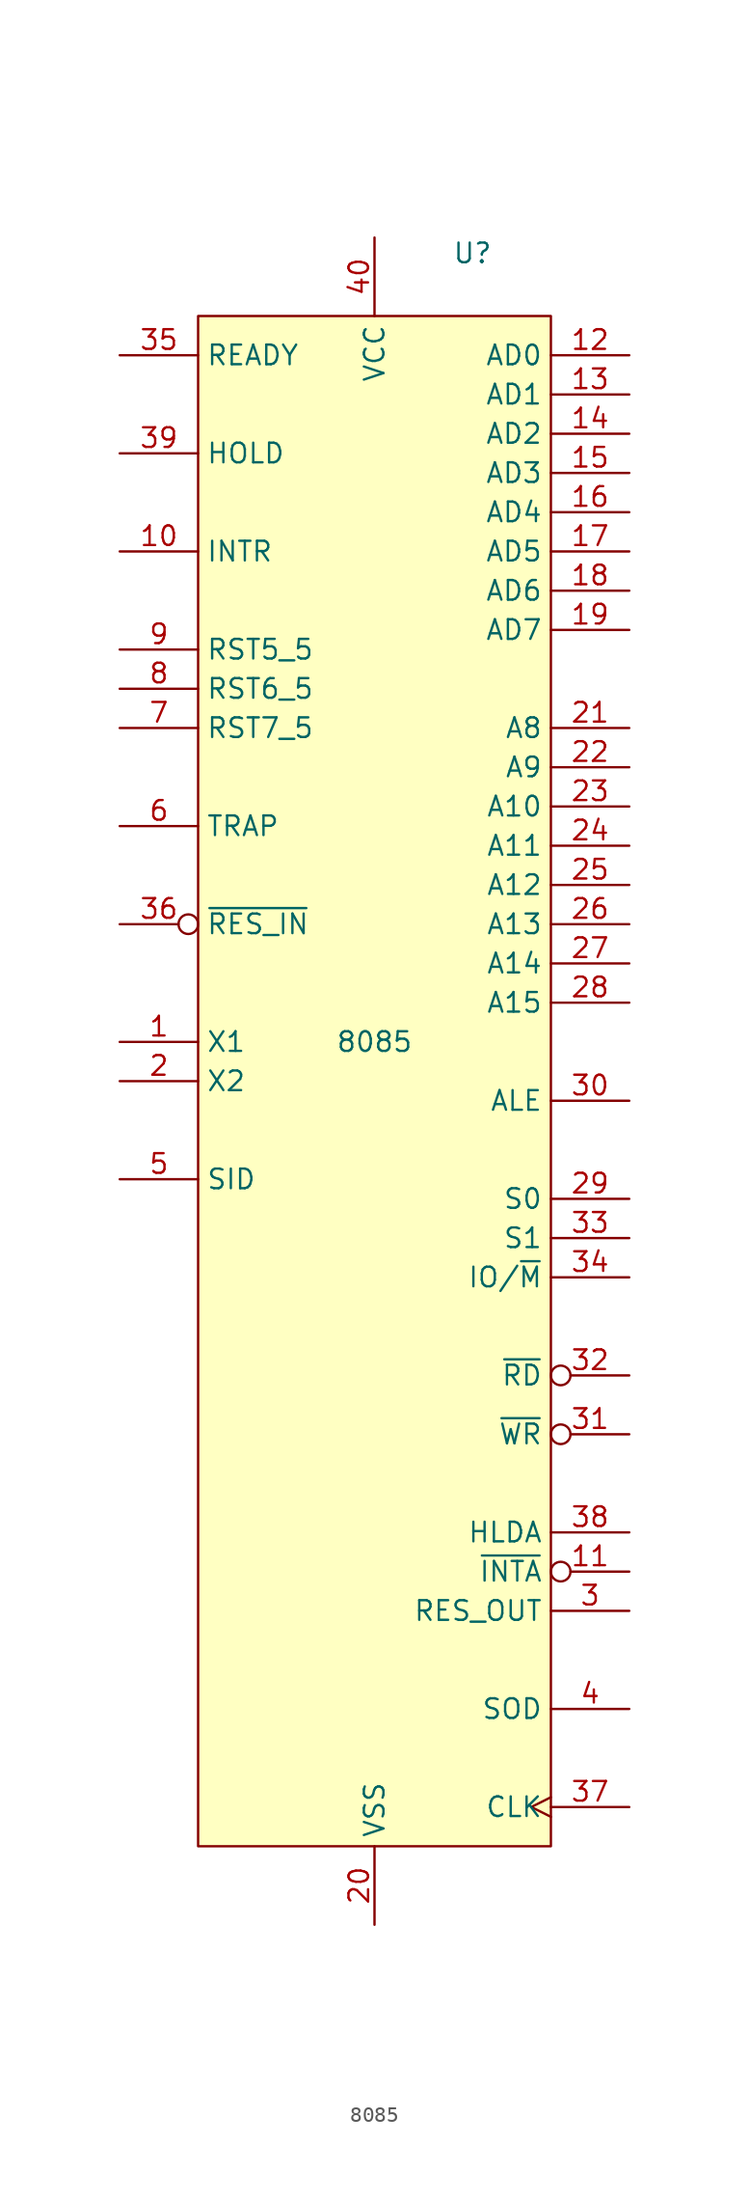
<source format=kicad_sym>
(kicad_symbol_lib
  (version 20231120)
  (generator "kicad_symbol_editor")
  (generator_version "8.0")
  (symbol "8085"
    (property "Reference" "U"
      (at 6.35 53.594 0)
      (effects (font (size 1.27 1.27))))
    (property "Value" "8085"
      (at 0 2.54 0)
      (effects (font (size 1.27 1.27))))
    (symbol "8085_0_1"
      (rectangle (start -11.43 49.53) (end 11.43 -49.53) (stroke (width 0) (type default)) (fill (type background))))
    (symbol "8085_1_1"
      (pin input line (at -16.51 2.54 0) (length 5.08) (name "X1" (effects (font (size 1.27 1.27)))) (number "1" (effects (font (size 1.27 1.27)))))
      (pin input line (at -16.51 34.29 0) (length 5.08) (name "INTR" (effects (font (size 1.27 1.27)))) (number "10" (effects (font (size 1.27 1.27)))))
      (pin output inverted (at 16.51 -31.75 180) (length 5.08) (name "~{INTA}" (effects (font (size 1.27 1.27)))) (number "11" (effects (font (size 1.27 1.27)))))
      (pin bidirectional line (at 16.51 46.99 180) (length 5.08) (name "AD0" (effects (font (size 1.27 1.27)))) (number "12" (effects (font (size 1.27 1.27)))))
      (pin bidirectional line (at 16.51 44.45 180) (length 5.08) (name "AD1" (effects (font (size 1.27 1.27)))) (number "13" (effects (font (size 1.27 1.27)))))
      (pin bidirectional line (at 16.51 41.91 180) (length 5.08) (name "AD2" (effects (font (size 1.27 1.27)))) (number "14" (effects (font (size 1.27 1.27)))))
      (pin bidirectional line (at 16.51 39.37 180) (length 5.08) (name "AD3" (effects (font (size 1.27 1.27)))) (number "15" (effects (font (size 1.27 1.27)))))
      (pin bidirectional line (at 16.51 36.83 180) (length 5.08) (name "AD4" (effects (font (size 1.27 1.27)))) (number "16" (effects (font (size 1.27 1.27)))))
      (pin bidirectional line (at 16.51 34.29 180) (length 5.08) (name "AD5" (effects (font (size 1.27 1.27)))) (number "17" (effects (font (size 1.27 1.27)))))
      (pin bidirectional line (at 16.51 31.75 180) (length 5.08) (name "AD6" (effects (font (size 1.27 1.27)))) (number "18" (effects (font (size 1.27 1.27)))))
      (pin bidirectional line (at 16.51 29.21 180) (length 5.08) (name "AD7" (effects (font (size 1.27 1.27)))) (number "19" (effects (font (size 1.27 1.27)))))
      (pin input line (at -16.51 0 0) (length 5.08) (name "X2" (effects (font (size 1.27 1.27)))) (number "2" (effects (font (size 1.27 1.27)))))
      (pin passive line (at 0 -54.61 90) (length 5.08) (name "VSS" (effects (font (size 1.27 1.27)))) (number "20" (effects (font (size 1.27 1.27)))))
      (pin output line (at 16.51 22.86 180) (length 5.08) (name "A8" (effects (font (size 1.27 1.27)))) (number "21" (effects (font (size 1.27 1.27)))))
      (pin output line (at 16.51 20.32 180) (length 5.08) (name "A9" (effects (font (size 1.27 1.27)))) (number "22" (effects (font (size 1.27 1.27)))))
      (pin output line (at 16.51 17.78 180) (length 5.08) (name "A10" (effects (font (size 1.27 1.27)))) (number "23" (effects (font (size 1.27 1.27)))))
      (pin output line (at 16.51 15.24 180) (length 5.08) (name "A11" (effects (font (size 1.27 1.27)))) (number "24" (effects (font (size 1.27 1.27)))))
      (pin output line (at 16.51 12.7 180) (length 5.08) (name "A12" (effects (font (size 1.27 1.27)))) (number "25" (effects (font (size 1.27 1.27)))))
      (pin output line (at 16.51 10.16 180) (length 5.08) (name "A13" (effects (font (size 1.27 1.27)))) (number "26" (effects (font (size 1.27 1.27)))))
      (pin output line (at 16.51 7.62 180) (length 5.08) (name "A14" (effects (font (size 1.27 1.27)))) (number "27" (effects (font (size 1.27 1.27)))))
      (pin output line (at 16.51 5.08 180) (length 5.08) (name "A15" (effects (font (size 1.27 1.27)))) (number "28" (effects (font (size 1.27 1.27)))))
      (pin output line (at 16.51 -7.62 180) (length 5.08) (name "S0" (effects (font (size 1.27 1.27)))) (number "29" (effects (font (size 1.27 1.27)))))
      (pin output line (at 16.51 -34.29 180) (length 5.08) (name "RES_OUT" (effects (font (size 1.27 1.27)))) (number "3" (effects (font (size 1.27 1.27)))))
      (pin output line (at 16.51 -1.27 180) (length 5.08) (name "ALE" (effects (font (size 1.27 1.27)))) (number "30" (effects (font (size 1.27 1.27)))))
      (pin output inverted (at 16.51 -22.86 180) (length 5.08) (name "~{WR}" (effects (font (size 1.27 1.27)))) (number "31" (effects (font (size 1.27 1.27)))))
      (pin output inverted (at 16.51 -19.05 180) (length 5.08) (name "~{RD}" (effects (font (size 1.27 1.27)))) (number "32" (effects (font (size 1.27 1.27)))))
      (pin output line (at 16.51 -10.16 180) (length 5.08) (name "S1" (effects (font (size 1.27 1.27)))) (number "33" (effects (font (size 1.27 1.27)))))
      (pin output line (at 16.51 -12.7 180) (length 5.08) (name "IO/~{M}" (effects (font (size 1.27 1.27)))) (number "34" (effects (font (size 1.27 1.27)))))
      (pin input line (at -16.51 46.99 0) (length 5.08) (name "READY" (effects (font (size 1.27 1.27)))) (number "35" (effects (font (size 1.27 1.27)))))
      (pin input inverted (at -16.51 10.16 0) (length 5.08) (name "~{RES_IN}" (effects (font (size 1.27 1.27)))) (number "36" (effects (font (size 1.27 1.27)))))
      (pin output clock (at 16.51 -46.99 180) (length 5.08) (name "CLK" (effects (font (size 1.27 1.27)))) (number "37" (effects (font (size 1.27 1.27)))))
      (pin output line (at 16.51 -29.21 180) (length 5.08) (name "HLDA" (effects (font (size 1.27 1.27)))) (number "38" (effects (font (size 1.27 1.27)))))
      (pin input line (at -16.51 40.64 0) (length 5.08) (name "HOLD" (effects (font (size 1.27 1.27)))) (number "39" (effects (font (size 1.27 1.27)))))
      (pin output line (at 16.51 -40.64 180) (length 5.08) (name "SOD" (effects (font (size 1.27 1.27)))) (number "4" (effects (font (size 1.27 1.27)))))
      (pin power_in line (at 0 54.61 270) (length 5.08) (name "VCC" (effects (font (size 1.27 1.27)))) (number "40" (effects (font (size 1.27 1.27)))))
      (pin input line (at -16.51 -6.35 0) (length 5.08) (name "SID" (effects (font (size 1.27 1.27)))) (number "5" (effects (font (size 1.27 1.27)))))
      (pin input line (at -16.51 16.51 0) (length 5.08) (name "TRAP" (effects (font (size 1.27 1.27)))) (number "6" (effects (font (size 1.27 1.27)))))
      (pin input line (at -16.51 22.86 0) (length 5.08) (name "RST7_5" (effects (font (size 1.27 1.27)))) (number "7" (effects (font (size 1.27 1.27)))))
      (pin input line (at -16.51 25.4 0) (length 5.08) (name "RST6_5" (effects (font (size 1.27 1.27)))) (number "8" (effects (font (size 1.27 1.27)))))
      (pin input line (at -16.51 27.94 0) (length 5.08) (name "RST5_5" (effects (font (size 1.27 1.27)))) (number "9" (effects (font (size 1.27 1.27))))))))
</source>
